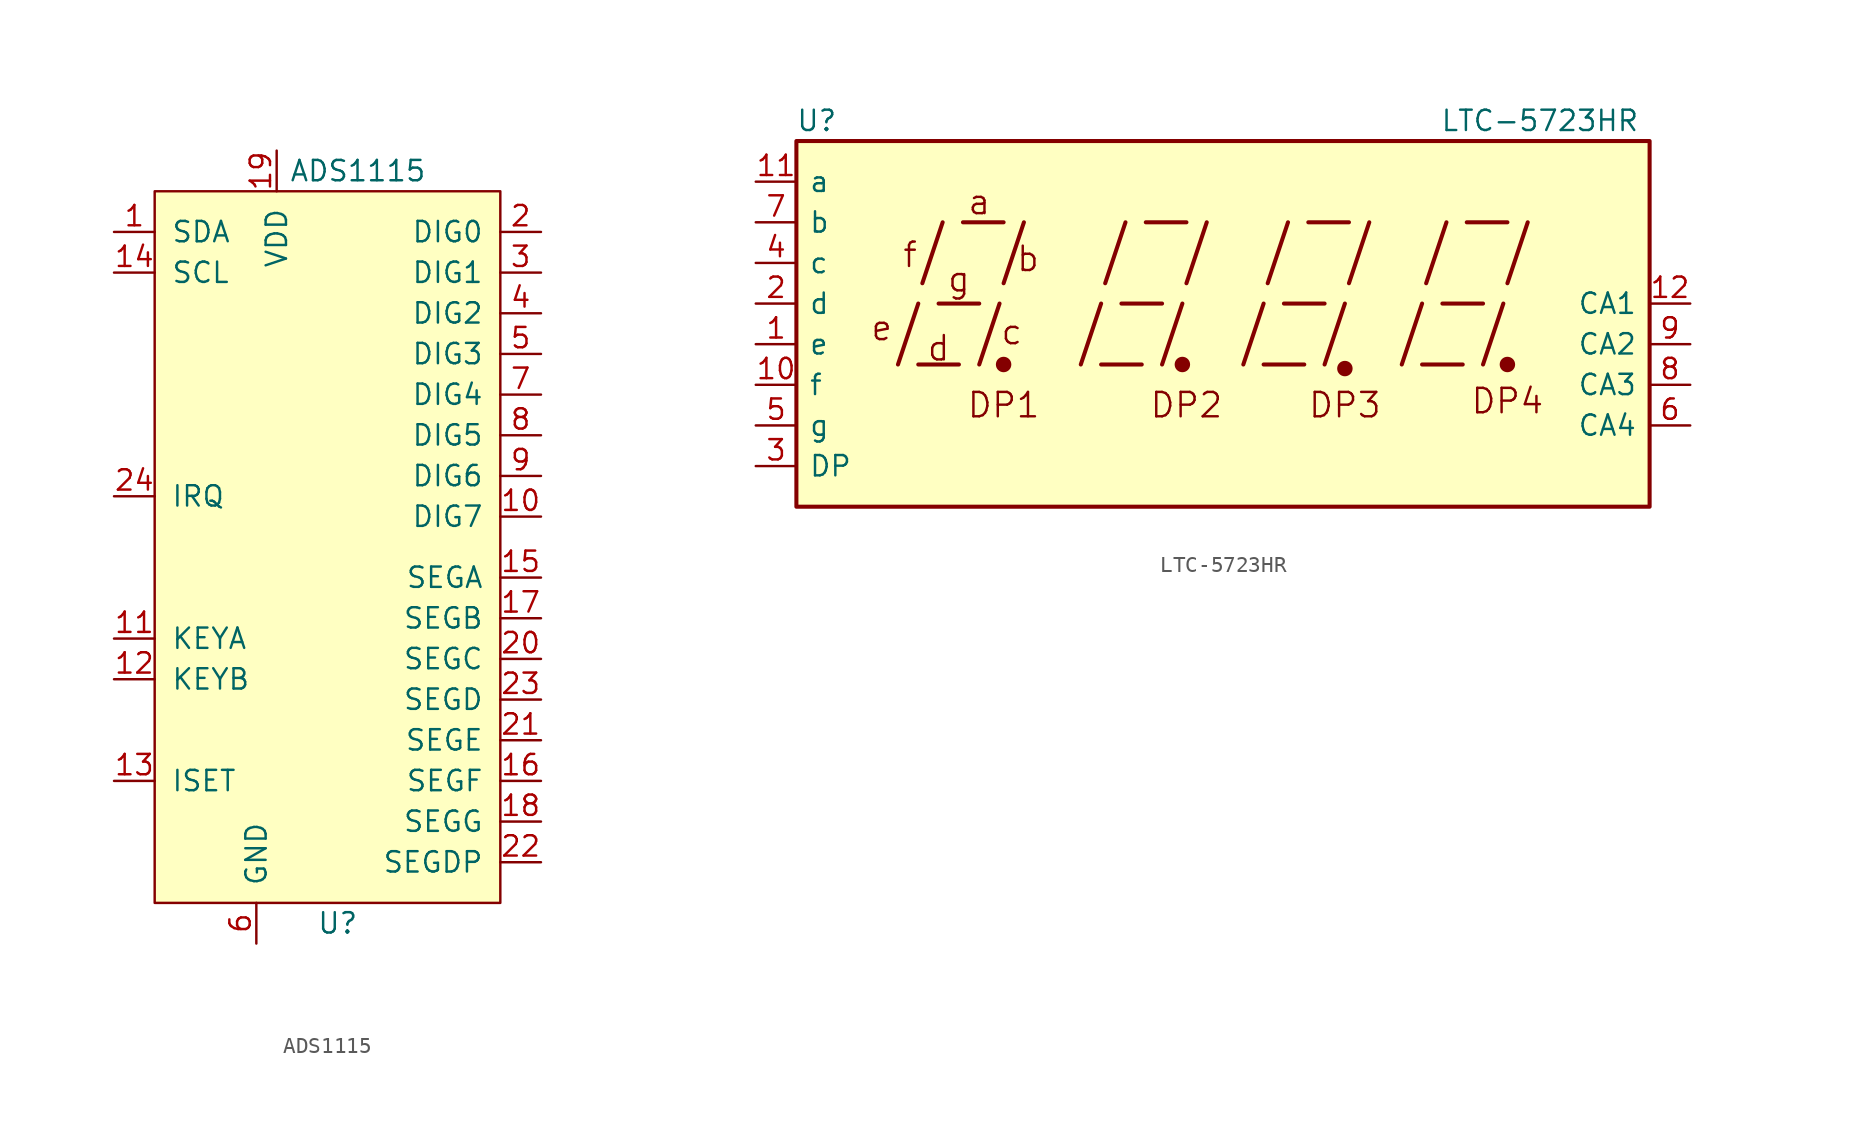
<source format=kicad_sym>
(kicad_symbol_lib
  (version 20211014)
  (generator kicad_symbol_editor)
  (symbol "ADS1115"
    (pin_names
      (offset 1.016))
    (property "Reference" "U"
      (at 0 -24.13 0)
      (effects (font (size 1.27 1.27))))
    (property "Value" "ADS1115"
      (at 1.27 22.86 0)
      (effects (font (size 1.27 1.27))))
    (symbol "ADS1115_0_1"
      (rectangle (start -11.43 21.59) (end 10.16 -22.86) (stroke (width 0) (type default) (color 0 0 0 0)) (fill (type background))))
    (symbol "ADS1115_1_1"
      (pin bidirectional line (at -13.97 19.05 0) (length 2.54) (name "SDA" (effects (font (size 1.27 1.27)))) (number "1" (effects (font (size 1.27 1.27)))))
      (pin power_out line (at 12.7 1.27 180) (length 2.54) (name "DIG7" (effects (font (size 1.27 1.27)))) (number "10" (effects (font (size 1.27 1.27)))))
      (pin input line (at -13.97 -6.35 0) (length 2.54) (name "KEYA" (effects (font (size 1.27 1.27)))) (number "11" (effects (font (size 1.27 1.27)))))
      (pin input line (at -13.97 -8.89 0) (length 2.54) (name "KEYB" (effects (font (size 1.27 1.27)))) (number "12" (effects (font (size 1.27 1.27)))))
      (pin power_in line (at -13.97 -15.24 0) (length 2.54) (name "ISET" (effects (font (size 1.27 1.27)))) (number "13" (effects (font (size 1.27 1.27)))))
      (pin input line (at -13.97 16.51 0) (length 2.54) (name "SCL" (effects (font (size 1.27 1.27)))) (number "14" (effects (font (size 1.27 1.27)))))
      (pin power_out line (at 12.7 -2.54 180) (length 2.54) (name "SEGA" (effects (font (size 1.27 1.27)))) (number "15" (effects (font (size 1.27 1.27)))))
      (pin tri_state line (at 12.7 -15.24 180) (length 2.54) (name "SEGF" (effects (font (size 1.27 1.27)))) (number "16" (effects (font (size 1.27 1.27)))))
      (pin power_out line (at 12.7 -5.08 180) (length 2.54) (name "SEGB" (effects (font (size 1.27 1.27)))) (number "17" (effects (font (size 1.27 1.27)))))
      (pin tri_state line (at 12.7 -17.78 180) (length 2.54) (name "SEGG" (effects (font (size 1.27 1.27)))) (number "18" (effects (font (size 1.27 1.27)))))
      (pin power_in line (at -3.81 24.13 270) (length 2.54) (name "VDD" (effects (font (size 1.27 1.27)))) (number "19" (effects (font (size 1.27 1.27)))))
      (pin power_out line (at 12.7 19.05 180) (length 2.54) (name "DIG0" (effects (font (size 1.27 1.27)))) (number "2" (effects (font (size 1.27 1.27)))))
      (pin power_out line (at 12.7 -7.62 180) (length 2.54) (name "SEGC" (effects (font (size 1.27 1.27)))) (number "20" (effects (font (size 1.27 1.27)))))
      (pin power_out line (at 12.7 -12.7 180) (length 2.54) (name "SEGE" (effects (font (size 1.27 1.27)))) (number "21" (effects (font (size 1.27 1.27)))))
      (pin power_out line (at 12.7 -20.32 180) (length 2.54) (name "SEGDP" (effects (font (size 1.27 1.27)))) (number "22" (effects (font (size 1.27 1.27)))))
      (pin power_out line (at 12.7 -10.16 180) (length 2.54) (name "SEGD" (effects (font (size 1.27 1.27)))) (number "23" (effects (font (size 1.27 1.27)))))
      (pin open_collector line (at -13.97 2.54 0) (length 2.54) (name "IRQ" (effects (font (size 1.27 1.27)))) (number "24" (effects (font (size 1.27 1.27)))))
      (pin power_out line (at 12.7 16.51 180) (length 2.54) (name "DIG1" (effects (font (size 1.27 1.27)))) (number "3" (effects (font (size 1.27 1.27)))))
      (pin power_out line (at 12.7 13.97 180) (length 2.54) (name "DIG2" (effects (font (size 1.27 1.27)))) (number "4" (effects (font (size 1.27 1.27)))))
      (pin power_out line (at 12.7 11.43 180) (length 2.54) (name "DIG3" (effects (font (size 1.27 1.27)))) (number "5" (effects (font (size 1.27 1.27)))))
      (pin power_in line (at -5.08 -25.4 90) (length 2.54) (name "GND" (effects (font (size 1.27 1.27)))) (number "6" (effects (font (size 1.27 1.27)))))
      (pin power_out line (at 12.7 8.89 180) (length 2.54) (name "DIG4" (effects (font (size 1.27 1.27)))) (number "7" (effects (font (size 1.27 1.27)))))
      (pin power_out line (at 12.7 6.35 180) (length 2.54) (name "DIG5" (effects (font (size 1.27 1.27)))) (number "8" (effects (font (size 1.27 1.27)))))
      (pin power_out line (at 12.7 3.81 180) (length 2.54) (name "DIG6" (effects (font (size 1.27 1.27)))) (number "9" (effects (font (size 1.27 1.27)))))))
  (symbol "LTC-5723HR"
    (pin_names
      (offset 0.762))
    (property "Reference" "U"
      (at -24.13 11.43 0)
      (effects (font (size 1.27 1.27))))
    (property "Value" "LTC-5723HR"
      (at 21.082 11.43 0)
      (effects (font (size 1.27 1.27))))
    (symbol "LTC-5723HR_0_0"
      (rectangle (start -25.4 10.16) (end 27.94 -12.7) (stroke (width 0.254) (type default) (color 0 0 0 0)) (fill (type background)))
      (polyline (pts (xy -19.05 -3.81) (xy -17.78 0)) (stroke (width 0.254) (type default) (color 0 0 0 0)) (fill (type none)))
      (polyline (pts (xy -17.78 -3.81) (xy -15.24 -3.81)) (stroke (width 0.254) (type default) (color 0 0 0 0)) (fill (type none)))
      (polyline (pts (xy -17.526 1.27) (xy -16.256 5.08)) (stroke (width 0.254) (type default) (color 0 0 0 0)) (fill (type none)))
      (polyline (pts (xy -16.51 0) (xy -13.97 0)) (stroke (width 0.254) (type default) (color 0 0 0 0)) (fill (type none)))
      (polyline (pts (xy -14.986 5.08) (xy -12.446 5.08)) (stroke (width 0.254) (type default) (color 0 0 0 0)) (fill (type none)))
      (polyline (pts (xy -13.97 -3.81) (xy -12.7 0)) (stroke (width 0.254) (type default) (color 0 0 0 0)) (fill (type none)))
      (polyline (pts (xy -12.446 1.27) (xy -11.176 5.08)) (stroke (width 0.254) (type default) (color 0 0 0 0)) (fill (type none)))
      (polyline (pts (xy -7.62 -3.81) (xy -6.35 0)) (stroke (width 0.254) (type default) (color 0 0 0 0)) (fill (type none)))
      (polyline (pts (xy -6.35 -3.81) (xy -3.81 -3.81)) (stroke (width 0.254) (type default) (color 0 0 0 0)) (fill (type none)))
      (polyline (pts (xy -6.096 1.27) (xy -4.826 5.08)) (stroke (width 0.254) (type default) (color 0 0 0 0)) (fill (type none)))
      (polyline (pts (xy -5.08 0) (xy -2.54 0)) (stroke (width 0.254) (type default) (color 0 0 0 0)) (fill (type none)))
      (polyline (pts (xy -3.556 5.08) (xy -1.016 5.08)) (stroke (width 0.254) (type default) (color 0 0 0 0)) (fill (type none)))
      (polyline (pts (xy -2.54 -3.81) (xy -1.27 0)) (stroke (width 0.254) (type default) (color 0 0 0 0)) (fill (type none)))
      (polyline (pts (xy -1.016 1.27) (xy 0.254 5.08)) (stroke (width 0.254) (type default) (color 0 0 0 0)) (fill (type none)))
      (polyline (pts (xy 2.54 -3.81) (xy 3.81 0)) (stroke (width 0.254) (type default) (color 0 0 0 0)) (fill (type none)))
      (polyline (pts (xy 3.81 -3.81) (xy 6.35 -3.81)) (stroke (width 0.254) (type default) (color 0 0 0 0)) (fill (type none)))
      (polyline (pts (xy 4.064 1.27) (xy 5.334 5.08)) (stroke (width 0.254) (type default) (color 0 0 0 0)) (fill (type none)))
      (polyline (pts (xy 5.08 0) (xy 7.62 0)) (stroke (width 0.254) (type default) (color 0 0 0 0)) (fill (type none)))
      (polyline (pts (xy 6.604 5.08) (xy 9.144 5.08)) (stroke (width 0.254) (type default) (color 0 0 0 0)) (fill (type none)))
      (polyline (pts (xy 7.62 -3.81) (xy 8.89 0)) (stroke (width 0.254) (type default) (color 0 0 0 0)) (fill (type none)))
      (polyline (pts (xy 9.144 1.27) (xy 10.414 5.08)) (stroke (width 0.254) (type default) (color 0 0 0 0)) (fill (type none)))
      (polyline (pts (xy 12.446 -3.81) (xy 13.716 0)) (stroke (width 0.254) (type default) (color 0 0 0 0)) (fill (type none)))
      (polyline (pts (xy 13.716 -3.81) (xy 16.256 -3.81)) (stroke (width 0.254) (type default) (color 0 0 0 0)) (fill (type none)))
      (polyline (pts (xy 13.97 1.27) (xy 15.24 5.08)) (stroke (width 0.254) (type default) (color 0 0 0 0)) (fill (type none)))
      (polyline (pts (xy 14.986 0) (xy 17.526 0)) (stroke (width 0.254) (type default) (color 0 0 0 0)) (fill (type none)))
      (polyline (pts (xy 16.51 5.08) (xy 19.05 5.08)) (stroke (width 0.254) (type default) (color 0 0 0 0)) (fill (type none)))
      (polyline (pts (xy 17.526 -3.81) (xy 18.796 0)) (stroke (width 0.254) (type default) (color 0 0 0 0)) (fill (type none)))
      (polyline (pts (xy 19.05 1.27) (xy 20.32 5.08)) (stroke (width 0.254) (type default) (color 0 0 0 0)) (fill (type none)))
      (text "a" (at -13.97 6.35 0) (effects (font (size 1.524 1.524))))
      (text "b" (at -10.922 2.794 0) (effects (font (size 1.524 1.524))))
      (text "c" (at -11.938 -1.778 0) (effects (font (size 1.524 1.524))))
      (text "d" (at -16.51 -2.794 0) (effects (font (size 1.524 1.524))))
      (text "DP1" (at -12.446 -6.35 0) (effects (font (size 1.524 1.524))))
      (text "DP2" (at -1.016 -6.35 0) (effects (font (size 1.524 1.524))))
      (text "DP3" (at 8.89 -6.35 0) (effects (font (size 1.524 1.524))))
      (text "DP4" (at 19.05 -6.096 0) (effects (font (size 1.524 1.524))))
      (text "e" (at -20.066 -1.524 0) (effects (font (size 1.524 1.524))))
      (text "f" (at -18.288 3.048 0) (effects (font (size 1.524 1.524))))
      (text "g" (at -15.24 1.524 0) (effects (font (size 1.524 1.524)))))
    (symbol "LTC-5723HR_0_1"
      (circle (center -12.446 -3.81) (radius 0.356) (stroke (width 0.254) (type default) (color 0 0 0 0)) (fill (type outline)))
      (circle (center -1.27 -3.81) (radius 0.356) (stroke (width 0.254) (type default) (color 0 0 0 0)) (fill (type outline))))
    (symbol "LTC-5723HR_1_0"
      (circle (center 8.89 -4.064) (radius 0.356) (stroke (width 0.254) (type default) (color 0 0 0 0)) (fill (type outline)))
      (circle (center 19.05 -3.81) (radius 0.356) (stroke (width 0.254) (type default) (color 0 0 0 0)) (fill (type outline))))
    (symbol "LTC-5723HR_1_1"
      (pin input line (at -27.94 -2.54 0) (length 2.54) (name "e" (effects (font (size 1.27 1.27)))) (number "1" (effects (font (size 1.27 1.27)))))
      (pin input line (at -27.94 -5.08 0) (length 2.54) (name "f" (effects (font (size 1.27 1.27)))) (number "10" (effects (font (size 1.27 1.27)))))
      (pin input line (at -27.94 7.62 0) (length 2.54) (name "a" (effects (font (size 1.27 1.27)))) (number "11" (effects (font (size 1.27 1.27)))))
      (pin input line (at 30.48 0 180) (length 2.54) (name "CA1" (effects (font (size 1.27 1.27)))) (number "12" (effects (font (size 1.27 1.27)))))
      (pin input line (at -27.94 0 0) (length 2.54) (name "d" (effects (font (size 1.27 1.27)))) (number "2" (effects (font (size 1.27 1.27)))))
      (pin input line (at -27.94 -10.16 0) (length 2.54) (name "DP" (effects (font (size 1.27 1.27)))) (number "3" (effects (font (size 1.27 1.27)))))
      (pin input line (at -27.94 2.54 0) (length 2.54) (name "c" (effects (font (size 1.27 1.27)))) (number "4" (effects (font (size 1.27 1.27)))))
      (pin input line (at -27.94 -7.62 0) (length 2.54) (name "g" (effects (font (size 1.27 1.27)))) (number "5" (effects (font (size 1.27 1.27)))))
      (pin input line (at 30.48 -7.62 180) (length 2.54) (name "CA4" (effects (font (size 1.27 1.27)))) (number "6" (effects (font (size 1.27 1.27)))))
      (pin input line (at -27.94 5.08 0) (length 2.54) (name "b" (effects (font (size 1.27 1.27)))) (number "7" (effects (font (size 1.27 1.27)))))
      (pin input line (at 30.48 -5.08 180) (length 2.54) (name "CA3" (effects (font (size 1.27 1.27)))) (number "8" (effects (font (size 1.27 1.27)))))
      (pin input line (at 30.48 -2.54 180) (length 2.54) (name "CA2" (effects (font (size 1.27 1.27)))) (number "9" (effects (font (size 1.27 1.27))))))))
</source>
